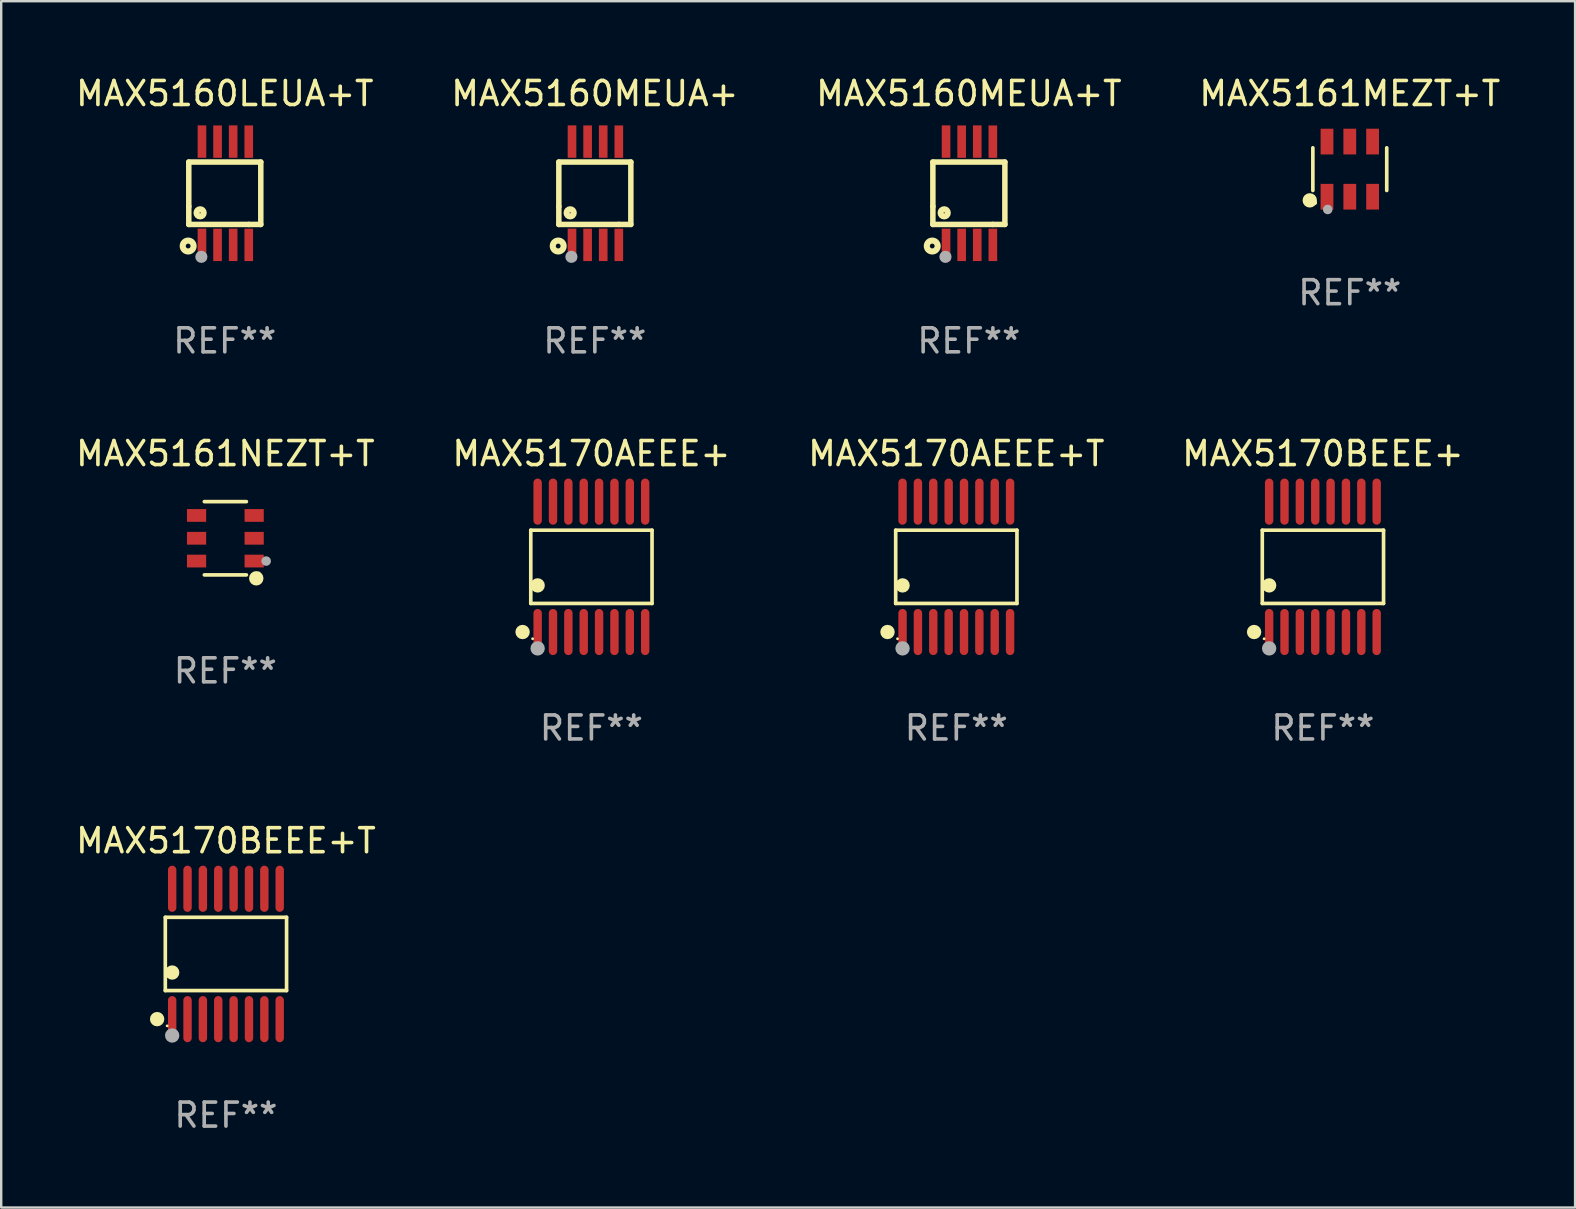
<source format=kicad_pcb>
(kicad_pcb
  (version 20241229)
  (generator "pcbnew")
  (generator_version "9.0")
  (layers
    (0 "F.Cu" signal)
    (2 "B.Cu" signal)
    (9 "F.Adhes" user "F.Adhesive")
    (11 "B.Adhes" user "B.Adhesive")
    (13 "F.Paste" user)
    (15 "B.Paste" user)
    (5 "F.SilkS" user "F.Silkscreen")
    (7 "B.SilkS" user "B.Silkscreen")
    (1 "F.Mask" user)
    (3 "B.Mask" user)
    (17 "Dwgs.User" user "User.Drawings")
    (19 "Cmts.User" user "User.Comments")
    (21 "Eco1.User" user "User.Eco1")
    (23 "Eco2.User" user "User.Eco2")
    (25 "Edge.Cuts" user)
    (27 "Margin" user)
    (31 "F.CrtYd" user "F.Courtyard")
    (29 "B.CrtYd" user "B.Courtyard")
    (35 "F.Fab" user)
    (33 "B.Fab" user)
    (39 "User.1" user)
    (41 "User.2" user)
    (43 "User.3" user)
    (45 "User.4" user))
  (footprint "MAX5160LEUA+T"
    (layer "F.Cu")
    (at 6.315 5)
    (property "Reference" "MAX5160LEUA+T" (at 0 -4.152 0) (layer "F.SilkS") (effects (font (size 1 1) (thickness 0.15))))
    (attr through_hole)
    (fp_line (start -1.5 1.301) (end 1 1.301) (stroke (width 0.229) (type solid)) (layer "F.SilkS"))
    (fp_line (start -1.5 -1.299) (end -1.5 0.551) (stroke (width 0.229) (type solid)) (layer "F.SilkS"))
    (fp_line (start -1.5 0.551) (end -1.5 1.301) (stroke (width 0.229) (type solid)) (layer "F.SilkS"))
    (fp_line (start 1 1.301) (end 1.5 1.301) (stroke (width 0.229) (type solid)) (layer "F.SilkS"))
    (fp_line (start 1.5 1.301) (end 1.5 -1.299) (stroke (width 0.229) (type solid)) (layer "F.SilkS"))
    (fp_line (start 1.5 -1.299) (end -1.5 -1.299) (stroke (width 0.229) (type solid)) (layer "F.SilkS"))
    (fp_circle (center -1.526 2.2) (end -1.426 2.2) (stroke (width 0.254) (type solid)) (fill no) (layer "F.SilkS"))
    (fp_circle (center -1.476 2.45) (end -1.446 2.45) (stroke (width 0.06) (type solid)) (fill no) (layer "F.SilkS"))
    (fp_circle (center -1.028 0.817) (end -0.878 0.817) (stroke (width 0.254) (type solid)) (fill no) (layer "F.SilkS"))
    (fp_circle (center -0.976 2.65) (end -0.849 2.65) (stroke (width 0.254) (type solid)) (fill no) (layer "F.Fab"))
    (fp_text user "REF**" (at 0 6.152 0) (layer "F.Fab") (effects (font (size 1 1) (thickness 0.15))))
    (pad "1" smd rect (at -0.951 2.15) (size 0.36 1.35) (layers "F.Cu" "F.Mask" "F.Paste"))
    (pad "2" smd rect (at -0.301 2.152) (size 0.36 1.35) (layers "F.Cu" "F.Mask" "F.Paste"))
    (pad "3" smd rect (at 0.349 2.151) (size 0.36 1.35) (layers "F.Cu" "F.Mask" "F.Paste"))
    (pad "4" smd rect (at 0.999 2.152) (size 0.36 1.35) (layers "F.Cu" "F.Mask" "F.Paste"))
    (pad "5" smd rect (at 0.999 -2.149) (size 0.36 1.35) (layers "F.Cu" "F.Mask" "F.Paste"))
    (pad "6" smd rect (at 0.349 -2.152) (size 0.36 1.35) (layers "F.Cu" "F.Mask" "F.Paste"))
    (pad "7" smd rect (at -0.301 -2.149) (size 0.36 1.35) (layers "F.Cu" "F.Mask" "F.Paste"))
    (pad "8" smd rect (at -0.951 -2.152) (size 0.36 1.35) (layers "F.Cu" "F.Mask" "F.Paste")))
  (footprint "MAX5161NEZT+T"
    (layer "F.Cu")
    (at 6.339 19.375)
    (property "Reference" "MAX5161NEZT+T" (at 0 -3.526 0) (layer "F.SilkS") (effects (font (size 1 1) (thickness 0.15))))
    (attr through_hole)
    (fp_line (start 0.876 -1.526) (end -0.876 -1.526) (stroke (width 0.152) (type solid)) (layer "F.SilkS"))
    (fp_line (start 0.876 1.526) (end -0.876 1.526) (stroke (width 0.152) (type solid)) (layer "F.SilkS"))
    (fp_circle (center 1.287 1.669) (end 1.438 1.669) (stroke (width 0.3) (type solid)) (fill no) (layer "F.SilkS"))
    (fp_circle (center 1.4 1.45) (end 1.43 1.45) (stroke (width 0.06) (type solid)) (fill no) (layer "F.SilkS"))
    (fp_circle (center 1.7 0.95) (end 1.8 0.95) (stroke (width 0.2) (type solid)) (fill no) (layer "F.Fab"))
    (fp_text user "REF**" (at 0 5.526 0) (layer "F.Fab") (effects (font (size 1 1) (thickness 0.15))))
    (pad "1" smd rect (at 1.2 0.95) (size 0.8 0.532) (layers "F.Cu" "F.Mask" "F.Paste"))
    (pad "2" smd rect (at 1.2 0) (size 0.8 0.532) (layers "F.Cu" "F.Mask" "F.Paste"))
    (pad "3" smd rect (at 1.2 -0.95) (size 0.8 0.532) (layers "F.Cu" "F.Mask" "F.Paste"))
    (pad "4" smd rect (at -1.2 -0.95) (size 0.8 0.532) (layers "F.Cu" "F.Mask" "F.Paste"))
    (pad "5" smd rect (at -1.2 0) (size 0.8 0.532) (layers "F.Cu" "F.Mask" "F.Paste"))
    (pad "6" smd rect (at -1.2 0.95) (size 0.8 0.532) (layers "F.Cu" "F.Mask" "F.Paste")))
  (footprint "MAX5161MEZT+T"
    (layer "F.Cu")
    (at 53.185 3.997)
    (property "Reference" "MAX5161MEZT+T" (at 0 -3.149 0) (layer "F.SilkS") (effects (font (size 1 1) (thickness 0.15))))
    (attr through_hole)
    (fp_line (start -1.539 0.889) (end -1.539 -0.889) (stroke (width 0.152) (type solid)) (layer "F.SilkS"))
    (fp_line (start 1.539 0.889) (end 1.539 -0.889) (stroke (width 0.152) (type solid)) (layer "F.SilkS"))
    (fp_circle (center -1.668 1.301) (end -1.518 1.301) (stroke (width 0.3) (type solid)) (fill no) (layer "F.SilkS"))
    (fp_circle (center -1.463 1.4) (end -1.413 1.4) (stroke (width 0.1) (type solid)) (fill no) (layer "F.SilkS"))
    (fp_circle (center -0.92 1.68) (end -0.82 1.68) (stroke (width 0.2) (type solid)) (fill no) (layer "F.Fab"))
    (fp_text user "REF**" (at 0 5.149 0) (layer "F.Fab") (effects (font (size 1 1) (thickness 0.15))))
    (pad "1" smd rect (at -0.95 1.149) (size 0.532 1.072) (layers "F.Cu" "F.Mask" "F.Paste"))
    (pad "2" smd rect (at 0 1.149) (size 0.532 1.072) (layers "F.Cu" "F.Mask" "F.Paste"))
    (pad "3" smd rect (at 0.95 1.149) (size 0.532 1.072) (layers "F.Cu" "F.Mask" "F.Paste"))
    (pad "4" smd rect (at 0.95 -1.149) (size 0.532 1.072) (layers "F.Cu" "F.Mask" "F.Paste"))
    (pad "5" smd rect (at 0 -1.149) (size 0.532 1.072) (layers "F.Cu" "F.Mask" "F.Paste"))
    (pad "6" smd rect (at -0.95 -1.149) (size 0.532 1.072) (layers "F.Cu" "F.Mask" "F.Paste")))
  (footprint "MAX5160MEUA+"
    (layer "F.Cu")
    (at 21.732 5)
    (property "Reference" "MAX5160MEUA+" (at 0 -4.152 0) (layer "F.SilkS") (effects (font (size 1 1) (thickness 0.15))))
    (attr through_hole)
    (fp_line (start -1.5 1.301) (end 1 1.301) (stroke (width 0.229) (type solid)) (layer "F.SilkS"))
    (fp_line (start -1.5 -1.299) (end -1.5 0.551) (stroke (width 0.229) (type solid)) (layer "F.SilkS"))
    (fp_line (start -1.5 0.551) (end -1.5 1.301) (stroke (width 0.229) (type solid)) (layer "F.SilkS"))
    (fp_line (start 1 1.301) (end 1.5 1.301) (stroke (width 0.229) (type solid)) (layer "F.SilkS"))
    (fp_line (start 1.5 1.301) (end 1.5 -1.299) (stroke (width 0.229) (type solid)) (layer "F.SilkS"))
    (fp_line (start 1.5 -1.299) (end -1.5 -1.299) (stroke (width 0.229) (type solid)) (layer "F.SilkS"))
    (fp_circle (center -1.526 2.2) (end -1.426 2.2) (stroke (width 0.254) (type solid)) (fill no) (layer "F.SilkS"))
    (fp_circle (center -1.476 2.45) (end -1.446 2.45) (stroke (width 0.06) (type solid)) (fill no) (layer "F.SilkS"))
    (fp_circle (center -1.028 0.817) (end -0.878 0.817) (stroke (width 0.254) (type solid)) (fill no) (layer "F.SilkS"))
    (fp_circle (center -0.976 2.65) (end -0.849 2.65) (stroke (width 0.254) (type solid)) (fill no) (layer "F.Fab"))
    (fp_text user "REF**" (at 0 6.152 0) (layer "F.Fab") (effects (font (size 1 1) (thickness 0.15))))
    (pad "1" smd rect (at -0.951 2.15) (size 0.36 1.35) (layers "F.Cu" "F.Mask" "F.Paste"))
    (pad "2" smd rect (at -0.301 2.152) (size 0.36 1.35) (layers "F.Cu" "F.Mask" "F.Paste"))
    (pad "3" smd rect (at 0.349 2.151) (size 0.36 1.35) (layers "F.Cu" "F.Mask" "F.Paste"))
    (pad "4" smd rect (at 0.999 2.152) (size 0.36 1.35) (layers "F.Cu" "F.Mask" "F.Paste"))
    (pad "5" smd rect (at 0.999 -2.149) (size 0.36 1.35) (layers "F.Cu" "F.Mask" "F.Paste"))
    (pad "6" smd rect (at 0.349 -2.152) (size 0.36 1.35) (layers "F.Cu" "F.Mask" "F.Paste"))
    (pad "7" smd rect (at -0.301 -2.149) (size 0.36 1.35) (layers "F.Cu" "F.Mask" "F.Paste"))
    (pad "8" smd rect (at -0.951 -2.152) (size 0.36 1.35) (layers "F.Cu" "F.Mask" "F.Paste")))
  (footprint "MAX5170BEEE+"
    (layer "F.Cu")
    (at 52.065 20.565)
    (property "Reference" "MAX5170BEEE+" (at 0 -4.716 0) (layer "F.SilkS") (effects (font (size 1 1) (thickness 0.15))))
    (attr through_hole)
    (fp_line (start -2.526 -1.526) (end 2.526 -1.526) (stroke (width 0.152) (type solid)) (layer "F.SilkS"))
    (fp_line (start -2.526 1.526) (end -2.526 -1.526) (stroke (width 0.152) (type solid)) (layer "F.SilkS"))
    (fp_line (start 2.526 -1.526) (end 2.526 1.526) (stroke (width 0.152) (type solid)) (layer "F.SilkS"))
    (fp_line (start 2.526 1.526) (end -2.526 1.526) (stroke (width 0.152) (type solid)) (layer "F.SilkS"))
    (fp_circle (center -2.867 2.716) (end -2.717 2.716) (stroke (width 0.3) (type solid)) (fill no) (layer "F.SilkS"))
    (fp_circle (center -2.45 2.997) (end -2.42 2.997) (stroke (width 0.06) (type solid)) (fill no) (layer "F.SilkS"))
    (fp_circle (center -2.24 0.774) (end -2.09 0.774) (stroke (width 0.3) (type solid)) (fill no) (layer "F.SilkS"))
    (fp_circle (center -2.24 3.398) (end -2.09 3.398) (stroke (width 0.3) (type solid)) (fill no) (layer "F.Fab"))
    (fp_text user "REF**" (at 0 6.716 0) (layer "F.Fab") (effects (font (size 1 1) (thickness 0.15))))
    (pad "1" smd oval (at -2.24 2.716) (size 0.35 1.922) (layers "F.Cu" "F.Mask" "F.Paste"))
    (pad "2" smd oval (at -1.6 2.716) (size 0.35 1.922) (layers "F.Cu" "F.Mask" "F.Paste"))
    (pad "3" smd oval (at -0.96 2.716) (size 0.35 1.922) (layers "F.Cu" "F.Mask" "F.Paste"))
    (pad "4" smd oval (at -0.32 2.716) (size 0.35 1.922) (layers "F.Cu" "F.Mask" "F.Paste"))
    (pad "5" smd oval (at 0.32 2.716) (size 0.35 1.922) (layers "F.Cu" "F.Mask" "F.Paste"))
    (pad "6" smd oval (at 0.96 2.716) (size 0.35 1.922) (layers "F.Cu" "F.Mask" "F.Paste"))
    (pad "7" smd oval (at 1.6 2.716) (size 0.35 1.922) (layers "F.Cu" "F.Mask" "F.Paste"))
    (pad "8" smd oval (at 2.24 2.716) (size 0.35 1.922) (layers "F.Cu" "F.Mask" "F.Paste"))
    (pad "9" smd oval (at 2.24 -2.716) (size 0.35 1.922) (layers "F.Cu" "F.Mask" "F.Paste"))
    (pad "10" smd oval (at 1.6 -2.716) (size 0.35 1.922) (layers "F.Cu" "F.Mask" "F.Paste"))
    (pad "11" smd oval (at 0.96 -2.716) (size 0.35 1.922) (layers "F.Cu" "F.Mask" "F.Paste"))
    (pad "12" smd oval (at 0.32 -2.716) (size 0.35 1.922) (layers "F.Cu" "F.Mask" "F.Paste"))
    (pad "13" smd oval (at -0.32 -2.716) (size 0.35 1.922) (layers "F.Cu" "F.Mask" "F.Paste"))
    (pad "14" smd oval (at -0.96 -2.716) (size 0.35 1.922) (layers "F.Cu" "F.Mask" "F.Paste"))
    (pad "15" smd oval (at -1.6 -2.716) (size 0.35 1.922) (layers "F.Cu" "F.Mask" "F.Paste"))
    (pad "16" smd oval (at -2.24 -2.716) (size 0.35 1.922) (layers "F.Cu" "F.Mask" "F.Paste")))
  (footprint "MAX5170AEEE+"
    (layer "F.Cu")
    (at 21.589 20.565)
    (property "Reference" "MAX5170AEEE+" (at 0 -4.716 0) (layer "F.SilkS") (effects (font (size 1 1) (thickness 0.15))))
    (attr through_hole)
    (fp_line (start -2.526 -1.526) (end 2.526 -1.526) (stroke (width 0.152) (type solid)) (layer "F.SilkS"))
    (fp_line (start -2.526 1.526) (end -2.526 -1.526) (stroke (width 0.152) (type solid)) (layer "F.SilkS"))
    (fp_line (start 2.526 -1.526) (end 2.526 1.526) (stroke (width 0.152) (type solid)) (layer "F.SilkS"))
    (fp_line (start 2.526 1.526) (end -2.526 1.526) (stroke (width 0.152) (type solid)) (layer "F.SilkS"))
    (fp_circle (center -2.867 2.716) (end -2.717 2.716) (stroke (width 0.3) (type solid)) (fill no) (layer "F.SilkS"))
    (fp_circle (center -2.45 2.997) (end -2.42 2.997) (stroke (width 0.06) (type solid)) (fill no) (layer "F.SilkS"))
    (fp_circle (center -2.24 0.774) (end -2.09 0.774) (stroke (width 0.3) (type solid)) (fill no) (layer "F.SilkS"))
    (fp_circle (center -2.24 3.398) (end -2.09 3.398) (stroke (width 0.3) (type solid)) (fill no) (layer "F.Fab"))
    (fp_text user "REF**" (at 0 6.716 0) (layer "F.Fab") (effects (font (size 1 1) (thickness 0.15))))
    (pad "1" smd oval (at -2.24 2.716) (size 0.35 1.922) (layers "F.Cu" "F.Mask" "F.Paste"))
    (pad "2" smd oval (at -1.6 2.716) (size 0.35 1.922) (layers "F.Cu" "F.Mask" "F.Paste"))
    (pad "3" smd oval (at -0.96 2.716) (size 0.35 1.922) (layers "F.Cu" "F.Mask" "F.Paste"))
    (pad "4" smd oval (at -0.32 2.716) (size 0.35 1.922) (layers "F.Cu" "F.Mask" "F.Paste"))
    (pad "5" smd oval (at 0.32 2.716) (size 0.35 1.922) (layers "F.Cu" "F.Mask" "F.Paste"))
    (pad "6" smd oval (at 0.96 2.716) (size 0.35 1.922) (layers "F.Cu" "F.Mask" "F.Paste"))
    (pad "7" smd oval (at 1.6 2.716) (size 0.35 1.922) (layers "F.Cu" "F.Mask" "F.Paste"))
    (pad "8" smd oval (at 2.24 2.716) (size 0.35 1.922) (layers "F.Cu" "F.Mask" "F.Paste"))
    (pad "9" smd oval (at 2.24 -2.716) (size 0.35 1.922) (layers "F.Cu" "F.Mask" "F.Paste"))
    (pad "10" smd oval (at 1.6 -2.716) (size 0.35 1.922) (layers "F.Cu" "F.Mask" "F.Paste"))
    (pad "11" smd oval (at 0.96 -2.716) (size 0.35 1.922) (layers "F.Cu" "F.Mask" "F.Paste"))
    (pad "12" smd oval (at 0.32 -2.716) (size 0.35 1.922) (layers "F.Cu" "F.Mask" "F.Paste"))
    (pad "13" smd oval (at -0.32 -2.716) (size 0.35 1.922) (layers "F.Cu" "F.Mask" "F.Paste"))
    (pad "14" smd oval (at -0.96 -2.716) (size 0.35 1.922) (layers "F.Cu" "F.Mask" "F.Paste"))
    (pad "15" smd oval (at -1.6 -2.716) (size 0.35 1.922) (layers "F.Cu" "F.Mask" "F.Paste"))
    (pad "16" smd oval (at -2.24 -2.716) (size 0.35 1.922) (layers "F.Cu" "F.Mask" "F.Paste")))
  (footprint "MAX5160MEUA+T"
    (layer "F.Cu")
    (at 37.315 5)
    (property "Reference" "MAX5160MEUA+T" (at 0 -4.152 0) (layer "F.SilkS") (effects (font (size 1 1) (thickness 0.15))))
    (attr through_hole)
    (fp_line (start -1.5 1.301) (end 1 1.301) (stroke (width 0.229) (type solid)) (layer "F.SilkS"))
    (fp_line (start -1.5 -1.299) (end -1.5 0.551) (stroke (width 0.229) (type solid)) (layer "F.SilkS"))
    (fp_line (start -1.5 0.551) (end -1.5 1.301) (stroke (width 0.229) (type solid)) (layer "F.SilkS"))
    (fp_line (start 1 1.301) (end 1.5 1.301) (stroke (width 0.229) (type solid)) (layer "F.SilkS"))
    (fp_line (start 1.5 1.301) (end 1.5 -1.299) (stroke (width 0.229) (type solid)) (layer "F.SilkS"))
    (fp_line (start 1.5 -1.299) (end -1.5 -1.299) (stroke (width 0.229) (type solid)) (layer "F.SilkS"))
    (fp_circle (center -1.526 2.2) (end -1.426 2.2) (stroke (width 0.254) (type solid)) (fill no) (layer "F.SilkS"))
    (fp_circle (center -1.476 2.45) (end -1.446 2.45) (stroke (width 0.06) (type solid)) (fill no) (layer "F.SilkS"))
    (fp_circle (center -1.028 0.817) (end -0.878 0.817) (stroke (width 0.254) (type solid)) (fill no) (layer "F.SilkS"))
    (fp_circle (center -0.976 2.65) (end -0.849 2.65) (stroke (width 0.254) (type solid)) (fill no) (layer "F.Fab"))
    (fp_text user "REF**" (at 0 6.152 0) (layer "F.Fab") (effects (font (size 1 1) (thickness 0.15))))
    (pad "1" smd rect (at -0.951 2.15) (size 0.36 1.35) (layers "F.Cu" "F.Mask" "F.Paste"))
    (pad "2" smd rect (at -0.301 2.152) (size 0.36 1.35) (layers "F.Cu" "F.Mask" "F.Paste"))
    (pad "3" smd rect (at 0.349 2.151) (size 0.36 1.35) (layers "F.Cu" "F.Mask" "F.Paste"))
    (pad "4" smd rect (at 0.999 2.152) (size 0.36 1.35) (layers "F.Cu" "F.Mask" "F.Paste"))
    (pad "5" smd rect (at 0.999 -2.149) (size 0.36 1.35) (layers "F.Cu" "F.Mask" "F.Paste"))
    (pad "6" smd rect (at 0.349 -2.152) (size 0.36 1.35) (layers "F.Cu" "F.Mask" "F.Paste"))
    (pad "7" smd rect (at -0.301 -2.149) (size 0.36 1.35) (layers "F.Cu" "F.Mask" "F.Paste"))
    (pad "8" smd rect (at -0.951 -2.152) (size 0.36 1.35) (layers "F.Cu" "F.Mask" "F.Paste")))
  (footprint "MAX5170BEEE+T"
    (layer "F.Cu")
    (at 6.363 36.693)
    (property "Reference" "MAX5170BEEE+T" (at 0 -4.716 0) (layer "F.SilkS") (effects (font (size 1 1) (thickness 0.15))))
    (attr through_hole)
    (fp_line (start -2.526 -1.526) (end 2.526 -1.526) (stroke (width 0.152) (type solid)) (layer "F.SilkS"))
    (fp_line (start -2.526 1.526) (end -2.526 -1.526) (stroke (width 0.152) (type solid)) (layer "F.SilkS"))
    (fp_line (start 2.526 -1.526) (end 2.526 1.526) (stroke (width 0.152) (type solid)) (layer "F.SilkS"))
    (fp_line (start 2.526 1.526) (end -2.526 1.526) (stroke (width 0.152) (type solid)) (layer "F.SilkS"))
    (fp_circle (center -2.867 2.716) (end -2.717 2.716) (stroke (width 0.3) (type solid)) (fill no) (layer "F.SilkS"))
    (fp_circle (center -2.45 2.997) (end -2.42 2.997) (stroke (width 0.06) (type solid)) (fill no) (layer "F.SilkS"))
    (fp_circle (center -2.24 0.774) (end -2.09 0.774) (stroke (width 0.3) (type solid)) (fill no) (layer "F.SilkS"))
    (fp_circle (center -2.24 3.398) (end -2.09 3.398) (stroke (width 0.3) (type solid)) (fill no) (layer "F.Fab"))
    (fp_text user "REF**" (at 0 6.716 0) (layer "F.Fab") (effects (font (size 1 1) (thickness 0.15))))
    (pad "1" smd oval (at -2.24 2.716) (size 0.35 1.922) (layers "F.Cu" "F.Mask" "F.Paste"))
    (pad "2" smd oval (at -1.6 2.716) (size 0.35 1.922) (layers "F.Cu" "F.Mask" "F.Paste"))
    (pad "3" smd oval (at -0.96 2.716) (size 0.35 1.922) (layers "F.Cu" "F.Mask" "F.Paste"))
    (pad "4" smd oval (at -0.32 2.716) (size 0.35 1.922) (layers "F.Cu" "F.Mask" "F.Paste"))
    (pad "5" smd oval (at 0.32 2.716) (size 0.35 1.922) (layers "F.Cu" "F.Mask" "F.Paste"))
    (pad "6" smd oval (at 0.96 2.716) (size 0.35 1.922) (layers "F.Cu" "F.Mask" "F.Paste"))
    (pad "7" smd oval (at 1.6 2.716) (size 0.35 1.922) (layers "F.Cu" "F.Mask" "F.Paste"))
    (pad "8" smd oval (at 2.24 2.716) (size 0.35 1.922) (layers "F.Cu" "F.Mask" "F.Paste"))
    (pad "9" smd oval (at 2.24 -2.716) (size 0.35 1.922) (layers "F.Cu" "F.Mask" "F.Paste"))
    (pad "10" smd oval (at 1.6 -2.716) (size 0.35 1.922) (layers "F.Cu" "F.Mask" "F.Paste"))
    (pad "11" smd oval (at 0.96 -2.716) (size 0.35 1.922) (layers "F.Cu" "F.Mask" "F.Paste"))
    (pad "12" smd oval (at 0.32 -2.716) (size 0.35 1.922) (layers "F.Cu" "F.Mask" "F.Paste"))
    (pad "13" smd oval (at -0.32 -2.716) (size 0.35 1.922) (layers "F.Cu" "F.Mask" "F.Paste"))
    (pad "14" smd oval (at -0.96 -2.716) (size 0.35 1.922) (layers "F.Cu" "F.Mask" "F.Paste"))
    (pad "15" smd oval (at -1.6 -2.716) (size 0.35 1.922) (layers "F.Cu" "F.Mask" "F.Paste"))
    (pad "16" smd oval (at -2.24 -2.716) (size 0.35 1.922) (layers "F.Cu" "F.Mask" "F.Paste")))
  (footprint "MAX5170AEEE+T"
    (layer "F.Cu")
    (at 36.792 20.565)
    (property "Reference" "MAX5170AEEE+T" (at 0 -4.716 0) (layer "F.SilkS") (effects (font (size 1 1) (thickness 0.15))))
    (attr through_hole)
    (fp_line (start -2.526 -1.526) (end 2.526 -1.526) (stroke (width 0.152) (type solid)) (layer "F.SilkS"))
    (fp_line (start -2.526 1.526) (end -2.526 -1.526) (stroke (width 0.152) (type solid)) (layer "F.SilkS"))
    (fp_line (start 2.526 -1.526) (end 2.526 1.526) (stroke (width 0.152) (type solid)) (layer "F.SilkS"))
    (fp_line (start 2.526 1.526) (end -2.526 1.526) (stroke (width 0.152) (type solid)) (layer "F.SilkS"))
    (fp_circle (center -2.867 2.716) (end -2.717 2.716) (stroke (width 0.3) (type solid)) (fill no) (layer "F.SilkS"))
    (fp_circle (center -2.45 2.997) (end -2.42 2.997) (stroke (width 0.06) (type solid)) (fill no) (layer "F.SilkS"))
    (fp_circle (center -2.24 0.774) (end -2.09 0.774) (stroke (width 0.3) (type solid)) (fill no) (layer "F.SilkS"))
    (fp_circle (center -2.24 3.398) (end -2.09 3.398) (stroke (width 0.3) (type solid)) (fill no) (layer "F.Fab"))
    (fp_text user "REF**" (at 0 6.716 0) (layer "F.Fab") (effects (font (size 1 1) (thickness 0.15))))
    (pad "1" smd oval (at -2.24 2.716) (size 0.35 1.922) (layers "F.Cu" "F.Mask" "F.Paste"))
    (pad "2" smd oval (at -1.6 2.716) (size 0.35 1.922) (layers "F.Cu" "F.Mask" "F.Paste"))
    (pad "3" smd oval (at -0.96 2.716) (size 0.35 1.922) (layers "F.Cu" "F.Mask" "F.Paste"))
    (pad "4" smd oval (at -0.32 2.716) (size 0.35 1.922) (layers "F.Cu" "F.Mask" "F.Paste"))
    (pad "5" smd oval (at 0.32 2.716) (size 0.35 1.922) (layers "F.Cu" "F.Mask" "F.Paste"))
    (pad "6" smd oval (at 0.96 2.716) (size 0.35 1.922) (layers "F.Cu" "F.Mask" "F.Paste"))
    (pad "7" smd oval (at 1.6 2.716) (size 0.35 1.922) (layers "F.Cu" "F.Mask" "F.Paste"))
    (pad "8" smd oval (at 2.24 2.716) (size 0.35 1.922) (layers "F.Cu" "F.Mask" "F.Paste"))
    (pad "9" smd oval (at 2.24 -2.716) (size 0.35 1.922) (layers "F.Cu" "F.Mask" "F.Paste"))
    (pad "10" smd oval (at 1.6 -2.716) (size 0.35 1.922) (layers "F.Cu" "F.Mask" "F.Paste"))
    (pad "11" smd oval (at 0.96 -2.716) (size 0.35 1.922) (layers "F.Cu" "F.Mask" "F.Paste"))
    (pad "12" smd oval (at 0.32 -2.716) (size 0.35 1.922) (layers "F.Cu" "F.Mask" "F.Paste"))
    (pad "13" smd oval (at -0.32 -2.716) (size 0.35 1.922) (layers "F.Cu" "F.Mask" "F.Paste"))
    (pad "14" smd oval (at -0.96 -2.716) (size 0.35 1.922) (layers "F.Cu" "F.Mask" "F.Paste"))
    (pad "15" smd oval (at -1.6 -2.716) (size 0.35 1.922) (layers "F.Cu" "F.Mask" "F.Paste"))
    (pad "16" smd oval (at -2.24 -2.716) (size 0.35 1.922) (layers "F.Cu" "F.Mask" "F.Paste")))
  (gr_rect
    (start -3 -3)
    (end 62.571 47.257)
    (stroke (width 0.1) (type default))
    (fill no)
    (layer "Edge.Cuts")))
</source>
